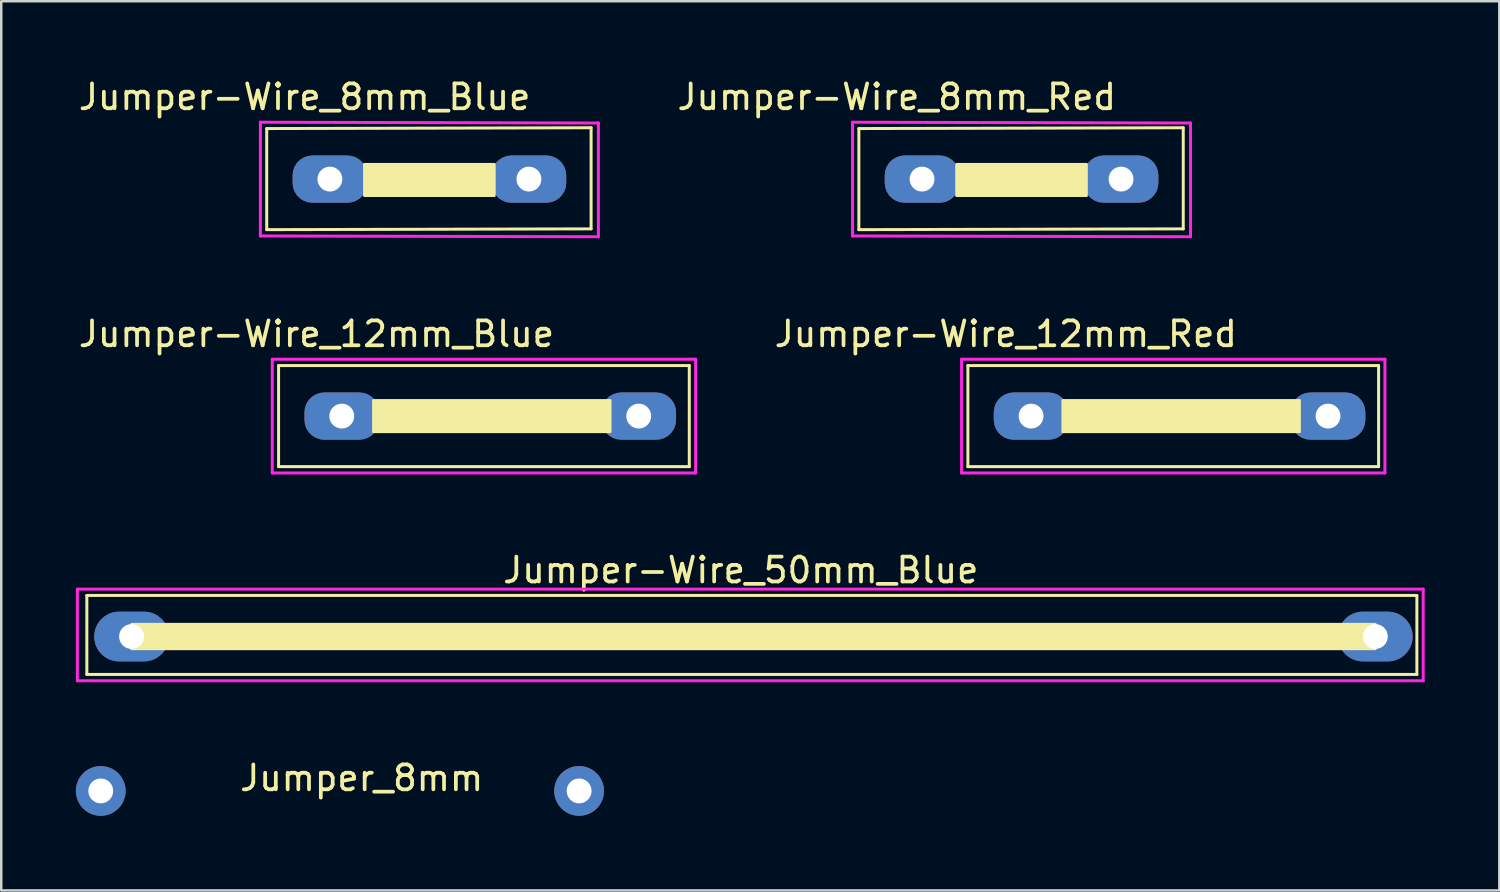
<source format=kicad_pcb>
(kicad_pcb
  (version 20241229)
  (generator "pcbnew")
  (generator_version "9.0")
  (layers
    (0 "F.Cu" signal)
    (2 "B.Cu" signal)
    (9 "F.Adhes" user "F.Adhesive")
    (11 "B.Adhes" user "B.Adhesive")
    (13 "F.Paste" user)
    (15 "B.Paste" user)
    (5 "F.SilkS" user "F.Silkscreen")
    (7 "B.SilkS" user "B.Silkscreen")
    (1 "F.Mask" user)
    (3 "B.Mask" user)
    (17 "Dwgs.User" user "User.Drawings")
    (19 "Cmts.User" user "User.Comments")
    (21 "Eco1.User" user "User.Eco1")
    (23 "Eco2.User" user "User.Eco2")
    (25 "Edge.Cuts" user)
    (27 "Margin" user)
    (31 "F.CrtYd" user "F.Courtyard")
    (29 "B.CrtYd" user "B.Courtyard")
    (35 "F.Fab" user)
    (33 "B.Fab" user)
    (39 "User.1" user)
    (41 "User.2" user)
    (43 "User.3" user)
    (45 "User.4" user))
  (footprint "Jumper-Wire_12mm_Blue"
    (layer "F.Cu")
    (at 10.689 13.677)
    (property "Reference" "Jumper-Wire_12mm_Blue" (at -1.016 -3.302 0) (layer "F.SilkS") (effects (font (size 1 1) (thickness 0.15))))
    (attr through_hole)
    (fp_line (start -2.54 -2.032) (end 13.97 -2.032) (stroke (width 0.12) (type solid)) (layer "F.SilkS"))
    (fp_line (start -2.54 2.032) (end -2.54 -2.032) (stroke (width 0.12) (type solid)) (layer "F.SilkS"))
    (fp_line (start 13.97 -2.032) (end 13.97 2.032) (stroke (width 0.12) (type solid)) (layer "F.SilkS"))
    (fp_line (start 13.97 2.032) (end -2.54 2.032) (stroke (width 0.12) (type solid)) (layer "F.SilkS"))
    (fp_poly (pts (xy 10.795 0.635) (xy 1.27 0.635) (xy 1.27 -0.635) (xy 10.795 -0.635)) (stroke (width 0.1) (type solid)) (fill yes) (layer "F.SilkS"))
    (fp_line (start -2.794 -2.286) (end 14.224 -2.286) (stroke (width 0.12) (type solid)) (layer "F.CrtYd"))
    (fp_line (start -2.794 2.286) (end -2.794 -2.286) (stroke (width 0.12) (type solid)) (layer "F.CrtYd"))
    (fp_line (start 14.224 -2.286) (end 14.224 2.286) (stroke (width 0.12) (type solid)) (layer "F.CrtYd"))
    (fp_line (start 14.224 2.286) (end -2.794 2.286) (stroke (width 0.12) (type solid)) (layer "F.CrtYd"))
    (pad "1" thru_hole roundrect (at 0 0) (size 3 1.9) (drill 1) (layers "B.Cu") (roundrect_rratio 0.421))
    (pad "2" thru_hole roundrect (at 11.938 0) (size 3 1.9) (drill 1) (layers "B.Cu") (roundrect_rratio 0.421)))
  (footprint "Jumper-Wire_8mm_Blue"
    (layer "F.Cu")
    (at 10.212 4.15)
    (property "Reference" "Jumper-Wire_8mm_Blue" (at -1.016 -3.302 0) (layer "F.SilkS") (effects (font (size 1 1) (thickness 0.15))))
    (attr through_hole)
    (fp_line (start -2.54 -2.032) (end 10.5 -2.064) (stroke (width 0.12) (type solid)) (layer "F.SilkS"))
    (fp_line (start -2.54 2.032) (end -2.54 -2.032) (stroke (width 0.12) (type solid)) (layer "F.SilkS"))
    (fp_line (start 10.5 -2.064) (end 10.5 2) (stroke (width 0.12) (type solid)) (layer "F.SilkS"))
    (fp_line (start 10.5 2) (end -2.54 2.032) (stroke (width 0.12) (type solid)) (layer "F.SilkS"))
    (fp_poly (pts (xy 6.614 0.67) (xy 1.384 0.67) (xy 1.384 -0.6) (xy 6.614 -0.6)) (stroke (width 0.1) (type solid)) (fill yes) (layer "F.SilkS"))
    (fp_line (start -2.794 -2.286) (end 10.793 -2.255) (stroke (width 0.12) (type solid)) (layer "F.CrtYd"))
    (fp_line (start -2.794 2.286) (end -2.794 -2.286) (stroke (width 0.12) (type solid)) (layer "F.CrtYd"))
    (fp_line (start 10.793 -2.255) (end 10.793 2.317) (stroke (width 0.12) (type solid)) (layer "F.CrtYd"))
    (fp_line (start 10.793 2.317) (end -2.794 2.286) (stroke (width 0.12) (type solid)) (layer "F.CrtYd"))
    (pad "1" thru_hole roundrect (at 0 0) (size 3 1.9) (drill 1) (layers "B.Cu") (roundrect_rratio 0.421))
    (pad "2" thru_hole roundrect (at 8 0) (size 3 1.9) (drill 1) (layers "B.Cu") (roundrect_rratio 0.421)))
  (footprint "Jumper-Wire_8mm_Red"
    (layer "F.Cu")
    (at 34.016 4.15)
    (property "Reference" "Jumper-Wire_8mm_Red" (at -1.016 -3.302 0) (layer "F.SilkS") (effects (font (size 1 1) (thickness 0.15))))
    (attr through_hole)
    (fp_line (start -2.54 -2.032) (end 10.5 -2.064) (stroke (width 0.12) (type solid)) (layer "F.SilkS"))
    (fp_line (start -2.54 2.032) (end -2.54 -2.032) (stroke (width 0.12) (type solid)) (layer "F.SilkS"))
    (fp_line (start 10.5 -2.064) (end 10.5 2) (stroke (width 0.12) (type solid)) (layer "F.SilkS"))
    (fp_line (start 10.5 2) (end -2.54 2.032) (stroke (width 0.12) (type solid)) (layer "F.SilkS"))
    (fp_poly (pts (xy 6.614 0.67) (xy 1.384 0.67) (xy 1.384 -0.6) (xy 6.614 -0.6)) (stroke (width 0.1) (type solid)) (fill yes) (layer "F.SilkS"))
    (fp_line (start -2.794 -2.286) (end 10.793 -2.255) (stroke (width 0.12) (type solid)) (layer "F.CrtYd"))
    (fp_line (start -2.794 2.286) (end -2.794 -2.286) (stroke (width 0.12) (type solid)) (layer "F.CrtYd"))
    (fp_line (start 10.793 -2.255) (end 10.793 2.317) (stroke (width 0.12) (type solid)) (layer "F.CrtYd"))
    (fp_line (start 10.793 2.317) (end -2.794 2.286) (stroke (width 0.12) (type solid)) (layer "F.CrtYd"))
    (pad "1" thru_hole roundrect (at 0 0) (size 3 1.9) (drill 1) (layers "B.Cu") (roundrect_rratio 0.421))
    (pad "2" thru_hole roundrect (at 8 0) (size 3 1.9) (drill 1) (layers "B.Cu") (roundrect_rratio 0.421)))
  (footprint "Jumper-Wire_50mm_Blue"
    (layer "F.Cu")
    (at 27.238 22.538)
    (property "Reference" "Jumper-Wire_50mm_Blue" (at -0.508 -2.667 0) (layer "F.SilkS") (effects (font (size 1 1) (thickness 0.15))))
    (attr through_hole)
    (fp_line (start -26.797 -1.651) (end 26.67 -1.651) (stroke (width 0.12) (type solid)) (layer "F.SilkS"))
    (fp_line (start -26.797 1.524) (end -26.797 -1.651) (stroke (width 0.12) (type solid)) (layer "F.SilkS"))
    (fp_line (start 26.67 -1.651) (end 26.67 1.524) (stroke (width 0.12) (type solid)) (layer "F.SilkS"))
    (fp_line (start 26.67 1.524) (end -26.797 1.524) (stroke (width 0.12) (type solid)) (layer "F.SilkS"))
    (fp_poly (pts (xy 25 0.5) (xy -25 0.5) (xy -25 -0.5) (xy 25 -0.5)) (stroke (width 0.1) (type solid)) (fill yes) (layer "F.SilkS"))
    (fp_line (start -27.178 -1.905) (end -27.178 1.778) (stroke (width 0.12) (type solid)) (layer "F.CrtYd"))
    (fp_line (start -27.178 1.778) (end 26.924 1.778) (stroke (width 0.12) (type solid)) (layer "F.CrtYd"))
    (fp_line (start 26.924 -1.905) (end -27.178 -1.905) (stroke (width 0.12) (type solid)) (layer "F.CrtYd"))
    (fp_line (start 26.924 1.778) (end 26.924 -1.905) (stroke (width 0.12) (type solid)) (layer "F.CrtYd"))
    (pad "1" thru_hole oval (at -25 0) (size 3 2) (drill 1) (layers "B.Cu"))
    (pad "2" thru_hole oval (at 25 0) (size 3 2) (drill 1) (layers "B.Cu")))
  (footprint "Jumper_8mm"
    (layer "F.Cu")
    (at 11.49 28.725)
    (property "Reference" "Jumper_8mm" (at 0 -0.5 0) (unlocked yes) (layer "F.SilkS") (effects (font (size 1 1) (thickness 0.15))))
    (pad "" thru_hole circle (at -10.49 0.02) (size 2 2) (drill 1) (layers "*.Cu" "*.Mask"))
    (pad "" thru_hole circle (at 8.74 0.02) (size 2 2) (drill 1) (layers "*.Cu" "*.Mask")))
  (footprint "Jumper-Wire_12mm_Red"
    (layer "F.Cu")
    (at 38.399 13.677)
    (property "Reference" "Jumper-Wire_12mm_Red" (at -1.016 -3.302 0) (layer "F.SilkS") (effects (font (size 1 1) (thickness 0.15))))
    (attr through_hole)
    (fp_line (start -2.54 -2.032) (end 13.97 -2.032) (stroke (width 0.12) (type solid)) (layer "F.SilkS"))
    (fp_line (start -2.54 2.032) (end -2.54 -2.032) (stroke (width 0.12) (type solid)) (layer "F.SilkS"))
    (fp_line (start 13.97 -2.032) (end 13.97 2.032) (stroke (width 0.12) (type solid)) (layer "F.SilkS"))
    (fp_line (start 13.97 2.032) (end -2.54 2.032) (stroke (width 0.12) (type solid)) (layer "F.SilkS"))
    (fp_poly (pts (xy 10.795 0.635) (xy 1.27 0.635) (xy 1.27 -0.635) (xy 10.795 -0.635)) (stroke (width 0.1) (type solid)) (fill yes) (layer "F.SilkS"))
    (fp_line (start -2.794 -2.286) (end 14.224 -2.286) (stroke (width 0.12) (type solid)) (layer "F.CrtYd"))
    (fp_line (start -2.794 2.286) (end -2.794 -2.286) (stroke (width 0.12) (type solid)) (layer "F.CrtYd"))
    (fp_line (start 14.224 -2.286) (end 14.224 2.286) (stroke (width 0.12) (type solid)) (layer "F.CrtYd"))
    (fp_line (start 14.224 2.286) (end -2.794 2.286) (stroke (width 0.12) (type solid)) (layer "F.CrtYd"))
    (pad "1" thru_hole roundrect (at 0 0) (size 3 1.9) (drill 1) (layers "B.Cu") (roundrect_rratio 0.421))
    (pad "2" thru_hole roundrect (at 11.938 0) (size 3 1.9) (drill 1) (layers "B.Cu") (roundrect_rratio 0.421)))
  (gr_rect
    (start -3 -3)
    (end 57.222 32.745)
    (stroke (width 0.1) (type default))
    (fill no)
    (layer "Edge.Cuts")))
</source>
